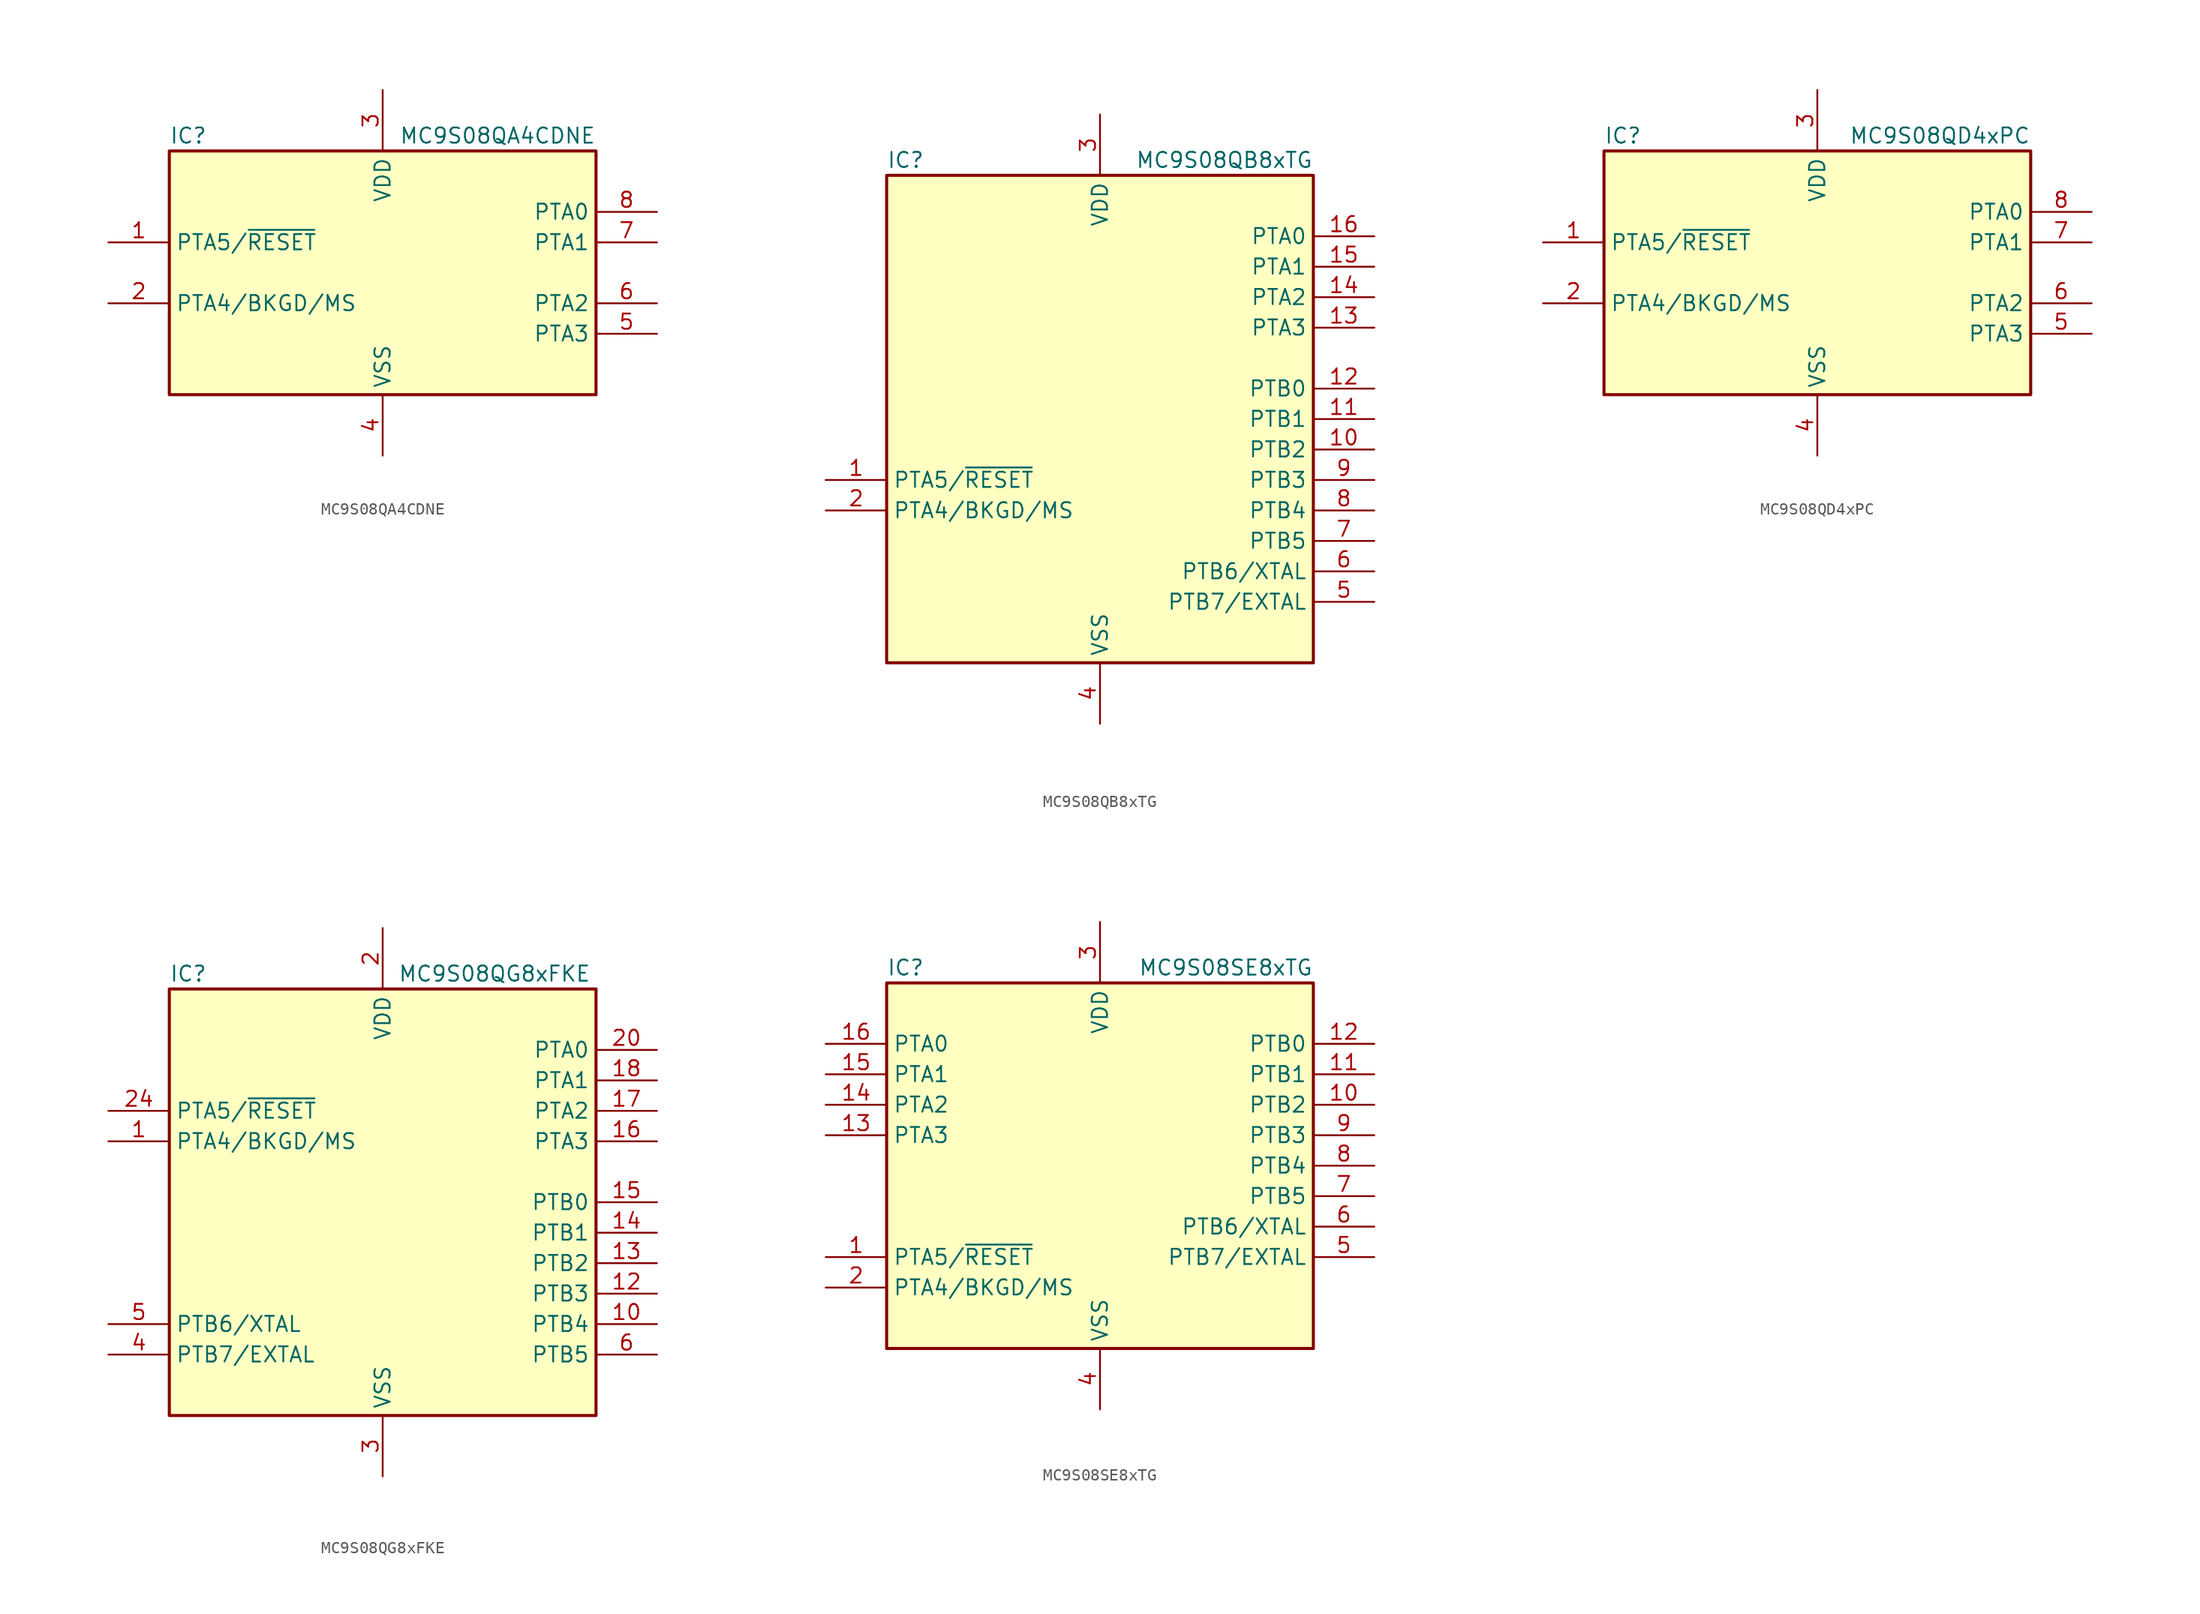
<source format=kicad_sym>
(kicad_symbol_lib
  (version 20211014)
  (generator kicad_symbol_editor)
  (symbol "MC9S08QA4CDNE"
    (property "Reference" "IC"
      (at -17.78 11.43 0)
      (effects (font (size 1.27 1.27)) (justify left)))
    (property "Value" "MC9S08QA4CDNE"
      (at 17.78 11.43 0)
      (effects (font (size 1.27 1.27)) (justify right)))
    (symbol "MC9S08QA4CDNE_0_1"
      (rectangle (start -17.78 10.16) (end 17.78 -10.16) (stroke (width 0.254) (type default) (color 0 0 0 0)) (fill (type background))))
    (symbol "MC9S08QA4CDNE_1_1"
      (pin bidirectional line (at -22.86 2.54 0) (length 5.08) (name "PTA5/~{RESET}" (effects (font (size 1.27 1.27)))) (number "1" (effects (font (size 1.27 1.27)))))
      (pin bidirectional line (at -22.86 -2.54 0) (length 5.08) (name "PTA4/BKGD/MS" (effects (font (size 1.27 1.27)))) (number "2" (effects (font (size 1.27 1.27)))))
      (pin power_in line (at 0 15.24 270) (length 5.08) (name "VDD" (effects (font (size 1.27 1.27)))) (number "3" (effects (font (size 1.27 1.27)))))
      (pin power_in line (at 0 -15.24 90) (length 5.08) (name "VSS" (effects (font (size 1.27 1.27)))) (number "4" (effects (font (size 1.27 1.27)))))
      (pin bidirectional line (at 22.86 -5.08 180) (length 5.08) (name "PTA3" (effects (font (size 1.27 1.27)))) (number "5" (effects (font (size 1.27 1.27)))))
      (pin bidirectional line (at 22.86 -2.54 180) (length 5.08) (name "PTA2" (effects (font (size 1.27 1.27)))) (number "6" (effects (font (size 1.27 1.27)))))
      (pin bidirectional line (at 22.86 2.54 180) (length 5.08) (name "PTA1" (effects (font (size 1.27 1.27)))) (number "7" (effects (font (size 1.27 1.27)))))
      (pin bidirectional line (at 22.86 5.08 180) (length 5.08) (name "PTA0" (effects (font (size 1.27 1.27)))) (number "8" (effects (font (size 1.27 1.27)))))))
  (symbol "MC9S08QB8xTG"
    (property "Reference" "IC"
      (at -17.78 21.59 0)
      (effects (font (size 1.27 1.27)) (justify left)))
    (property "Value" "MC9S08QB8xTG"
      (at 17.78 21.59 0)
      (effects (font (size 1.27 1.27)) (justify right)))
    (symbol "MC9S08QB8xTG_0_1"
      (rectangle (start -17.78 20.32) (end 17.78 -20.32) (stroke (width 0.254) (type default) (color 0 0 0 0)) (fill (type background))))
    (symbol "MC9S08QB8xTG_1_1"
      (pin bidirectional line (at -22.86 -5.08 0) (length 5.08) (name "PTA5/~{RESET}" (effects (font (size 1.27 1.27)))) (number "1" (effects (font (size 1.27 1.27)))))
      (pin bidirectional line (at 22.86 -2.54 180) (length 5.08) (name "PTB2" (effects (font (size 1.27 1.27)))) (number "10" (effects (font (size 1.27 1.27)))))
      (pin bidirectional line (at 22.86 0 180) (length 5.08) (name "PTB1" (effects (font (size 1.27 1.27)))) (number "11" (effects (font (size 1.27 1.27)))))
      (pin bidirectional line (at 22.86 2.54 180) (length 5.08) (name "PTB0" (effects (font (size 1.27 1.27)))) (number "12" (effects (font (size 1.27 1.27)))))
      (pin bidirectional line (at 22.86 7.62 180) (length 5.08) (name "PTA3" (effects (font (size 1.27 1.27)))) (number "13" (effects (font (size 1.27 1.27)))))
      (pin bidirectional line (at 22.86 10.16 180) (length 5.08) (name "PTA2" (effects (font (size 1.27 1.27)))) (number "14" (effects (font (size 1.27 1.27)))))
      (pin bidirectional line (at 22.86 12.7 180) (length 5.08) (name "PTA1" (effects (font (size 1.27 1.27)))) (number "15" (effects (font (size 1.27 1.27)))))
      (pin bidirectional line (at 22.86 15.24 180) (length 5.08) (name "PTA0" (effects (font (size 1.27 1.27)))) (number "16" (effects (font (size 1.27 1.27)))))
      (pin bidirectional line (at -22.86 -7.62 0) (length 5.08) (name "PTA4/BKGD/MS" (effects (font (size 1.27 1.27)))) (number "2" (effects (font (size 1.27 1.27)))))
      (pin power_in line (at 0 25.4 270) (length 5.08) (name "VDD" (effects (font (size 1.27 1.27)))) (number "3" (effects (font (size 1.27 1.27)))))
      (pin power_in line (at 0 -25.4 90) (length 5.08) (name "VSS" (effects (font (size 1.27 1.27)))) (number "4" (effects (font (size 1.27 1.27)))))
      (pin bidirectional line (at 22.86 -15.24 180) (length 5.08) (name "PTB7/EXTAL" (effects (font (size 1.27 1.27)))) (number "5" (effects (font (size 1.27 1.27)))))
      (pin bidirectional line (at 22.86 -12.7 180) (length 5.08) (name "PTB6/XTAL" (effects (font (size 1.27 1.27)))) (number "6" (effects (font (size 1.27 1.27)))))
      (pin bidirectional line (at 22.86 -10.16 180) (length 5.08) (name "PTB5" (effects (font (size 1.27 1.27)))) (number "7" (effects (font (size 1.27 1.27)))))
      (pin bidirectional line (at 22.86 -7.62 180) (length 5.08) (name "PTB4" (effects (font (size 1.27 1.27)))) (number "8" (effects (font (size 1.27 1.27)))))
      (pin bidirectional line (at 22.86 -5.08 180) (length 5.08) (name "PTB3" (effects (font (size 1.27 1.27)))) (number "9" (effects (font (size 1.27 1.27)))))))
  (symbol "MC9S08QD4xPC"
    (property "Reference" "IC"
      (at -17.78 11.43 0)
      (effects (font (size 1.27 1.27)) (justify left)))
    (property "Value" "MC9S08QD4xPC"
      (at 17.78 11.43 0)
      (effects (font (size 1.27 1.27)) (justify right)))
    (symbol "MC9S08QD4xPC_0_1"
      (rectangle (start -17.78 10.16) (end 17.78 -10.16) (stroke (width 0.254) (type default) (color 0 0 0 0)) (fill (type background))))
    (symbol "MC9S08QD4xPC_1_1"
      (pin bidirectional line (at -22.86 2.54 0) (length 5.08) (name "PTA5/~{RESET}" (effects (font (size 1.27 1.27)))) (number "1" (effects (font (size 1.27 1.27)))))
      (pin bidirectional line (at -22.86 -2.54 0) (length 5.08) (name "PTA4/BKGD/MS" (effects (font (size 1.27 1.27)))) (number "2" (effects (font (size 1.27 1.27)))))
      (pin power_in line (at 0 15.24 270) (length 5.08) (name "VDD" (effects (font (size 1.27 1.27)))) (number "3" (effects (font (size 1.27 1.27)))))
      (pin power_in line (at 0 -15.24 90) (length 5.08) (name "VSS" (effects (font (size 1.27 1.27)))) (number "4" (effects (font (size 1.27 1.27)))))
      (pin bidirectional line (at 22.86 -5.08 180) (length 5.08) (name "PTA3" (effects (font (size 1.27 1.27)))) (number "5" (effects (font (size 1.27 1.27)))))
      (pin bidirectional line (at 22.86 -2.54 180) (length 5.08) (name "PTA2" (effects (font (size 1.27 1.27)))) (number "6" (effects (font (size 1.27 1.27)))))
      (pin bidirectional line (at 22.86 2.54 180) (length 5.08) (name "PTA1" (effects (font (size 1.27 1.27)))) (number "7" (effects (font (size 1.27 1.27)))))
      (pin bidirectional line (at 22.86 5.08 180) (length 5.08) (name "PTA0" (effects (font (size 1.27 1.27)))) (number "8" (effects (font (size 1.27 1.27)))))))
  (symbol "MC9S08QG8xFKE"
    (property "Reference" "IC"
      (at -17.78 19.05 0)
      (effects (font (size 1.27 1.27)) (justify left)))
    (property "Value" "MC9S08QG8xFKE"
      (at 1.27 19.05 0)
      (effects (font (size 1.27 1.27)) (justify left)))
    (symbol "MC9S08QG8xFKE_0_1"
      (rectangle (start -17.78 17.78) (end 17.78 -17.78) (stroke (width 0.254) (type default) (color 0 0 0 0)) (fill (type background))))
    (symbol "MC9S08QG8xFKE_1_1"
      (pin bidirectional line (at -22.86 5.08 0) (length 5.08) (name "PTA4/BKGD/MS" (effects (font (size 1.27 1.27)))) (number "1" (effects (font (size 1.27 1.27)))))
      (pin bidirectional line (at 22.86 -10.16 180) (length 5.08) (name "PTB4" (effects (font (size 1.27 1.27)))) (number "10" (effects (font (size 1.27 1.27)))))
      (pin bidirectional line (at 22.86 -7.62 180) (length 5.08) (name "PTB3" (effects (font (size 1.27 1.27)))) (number "12" (effects (font (size 1.27 1.27)))))
      (pin bidirectional line (at 22.86 -5.08 180) (length 5.08) (name "PTB2" (effects (font (size 1.27 1.27)))) (number "13" (effects (font (size 1.27 1.27)))))
      (pin bidirectional line (at 22.86 -2.54 180) (length 5.08) (name "PTB1" (effects (font (size 1.27 1.27)))) (number "14" (effects (font (size 1.27 1.27)))))
      (pin bidirectional line (at 22.86 0 180) (length 5.08) (name "PTB0" (effects (font (size 1.27 1.27)))) (number "15" (effects (font (size 1.27 1.27)))))
      (pin bidirectional line (at 22.86 5.08 180) (length 5.08) (name "PTA3" (effects (font (size 1.27 1.27)))) (number "16" (effects (font (size 1.27 1.27)))))
      (pin bidirectional line (at 22.86 7.62 180) (length 5.08) (name "PTA2" (effects (font (size 1.27 1.27)))) (number "17" (effects (font (size 1.27 1.27)))))
      (pin bidirectional line (at 22.86 10.16 180) (length 5.08) (name "PTA1" (effects (font (size 1.27 1.27)))) (number "18" (effects (font (size 1.27 1.27)))))
      (pin power_in line (at 0 22.86 270) (length 5.08) (name "VDD" (effects (font (size 1.27 1.27)))) (number "2" (effects (font (size 1.27 1.27)))))
      (pin bidirectional line (at 22.86 12.7 180) (length 5.08) (name "PTA0" (effects (font (size 1.27 1.27)))) (number "20" (effects (font (size 1.27 1.27)))))
      (pin bidirectional line (at -22.86 7.62 0) (length 5.08) (name "PTA5/~{RESET}" (effects (font (size 1.27 1.27)))) (number "24" (effects (font (size 1.27 1.27)))))
      (pin power_in line (at 0 -22.86 90) (length 5.08) (name "VSS" (effects (font (size 1.27 1.27)))) (number "3" (effects (font (size 1.27 1.27)))))
      (pin bidirectional line (at -22.86 -12.7 0) (length 5.08) (name "PTB7/EXTAL" (effects (font (size 1.27 1.27)))) (number "4" (effects (font (size 1.27 1.27)))))
      (pin bidirectional line (at -22.86 -10.16 0) (length 5.08) (name "PTB6/XTAL" (effects (font (size 1.27 1.27)))) (number "5" (effects (font (size 1.27 1.27)))))
      (pin bidirectional line (at 22.86 -12.7 180) (length 5.08) (name "PTB5" (effects (font (size 1.27 1.27)))) (number "6" (effects (font (size 1.27 1.27)))))))
  (symbol "MC9S08SE8xTG"
    (property "Reference" "IC"
      (at -17.78 16.51 0)
      (effects (font (size 1.27 1.27)) (justify left)))
    (property "Value" "MC9S08SE8xTG"
      (at 17.78 16.51 0)
      (effects (font (size 1.27 1.27)) (justify right)))
    (symbol "MC9S08SE8xTG_0_1"
      (rectangle (start -17.78 15.24) (end 17.78 -15.24) (stroke (width 0.254) (type default) (color 0 0 0 0)) (fill (type background))))
    (symbol "MC9S08SE8xTG_1_1"
      (pin bidirectional line (at -22.86 -7.62 0) (length 5.08) (name "PTA5/~{RESET}" (effects (font (size 1.27 1.27)))) (number "1" (effects (font (size 1.27 1.27)))))
      (pin bidirectional line (at 22.86 5.08 180) (length 5.08) (name "PTB2" (effects (font (size 1.27 1.27)))) (number "10" (effects (font (size 1.27 1.27)))))
      (pin bidirectional line (at 22.86 7.62 180) (length 5.08) (name "PTB1" (effects (font (size 1.27 1.27)))) (number "11" (effects (font (size 1.27 1.27)))))
      (pin bidirectional line (at 22.86 10.16 180) (length 5.08) (name "PTB0" (effects (font (size 1.27 1.27)))) (number "12" (effects (font (size 1.27 1.27)))))
      (pin bidirectional line (at -22.86 2.54 0) (length 5.08) (name "PTA3" (effects (font (size 1.27 1.27)))) (number "13" (effects (font (size 1.27 1.27)))))
      (pin bidirectional line (at -22.86 5.08 0) (length 5.08) (name "PTA2" (effects (font (size 1.27 1.27)))) (number "14" (effects (font (size 1.27 1.27)))))
      (pin bidirectional line (at -22.86 7.62 0) (length 5.08) (name "PTA1" (effects (font (size 1.27 1.27)))) (number "15" (effects (font (size 1.27 1.27)))))
      (pin bidirectional line (at -22.86 10.16 0) (length 5.08) (name "PTA0" (effects (font (size 1.27 1.27)))) (number "16" (effects (font (size 1.27 1.27)))))
      (pin bidirectional line (at -22.86 -10.16 0) (length 5.08) (name "PTA4/BKGD/MS" (effects (font (size 1.27 1.27)))) (number "2" (effects (font (size 1.27 1.27)))))
      (pin power_in line (at 0 20.32 270) (length 5.08) (name "VDD" (effects (font (size 1.27 1.27)))) (number "3" (effects (font (size 1.27 1.27)))))
      (pin power_in line (at 0 -20.32 90) (length 5.08) (name "VSS" (effects (font (size 1.27 1.27)))) (number "4" (effects (font (size 1.27 1.27)))))
      (pin bidirectional line (at 22.86 -7.62 180) (length 5.08) (name "PTB7/EXTAL" (effects (font (size 1.27 1.27)))) (number "5" (effects (font (size 1.27 1.27)))))
      (pin bidirectional line (at 22.86 -5.08 180) (length 5.08) (name "PTB6/XTAL" (effects (font (size 1.27 1.27)))) (number "6" (effects (font (size 1.27 1.27)))))
      (pin bidirectional line (at 22.86 -2.54 180) (length 5.08) (name "PTB5" (effects (font (size 1.27 1.27)))) (number "7" (effects (font (size 1.27 1.27)))))
      (pin bidirectional line (at 22.86 0 180) (length 5.08) (name "PTB4" (effects (font (size 1.27 1.27)))) (number "8" (effects (font (size 1.27 1.27)))))
      (pin bidirectional line (at 22.86 2.54 180) (length 5.08) (name "PTB3" (effects (font (size 1.27 1.27)))) (number "9" (effects (font (size 1.27 1.27))))))))
</source>
